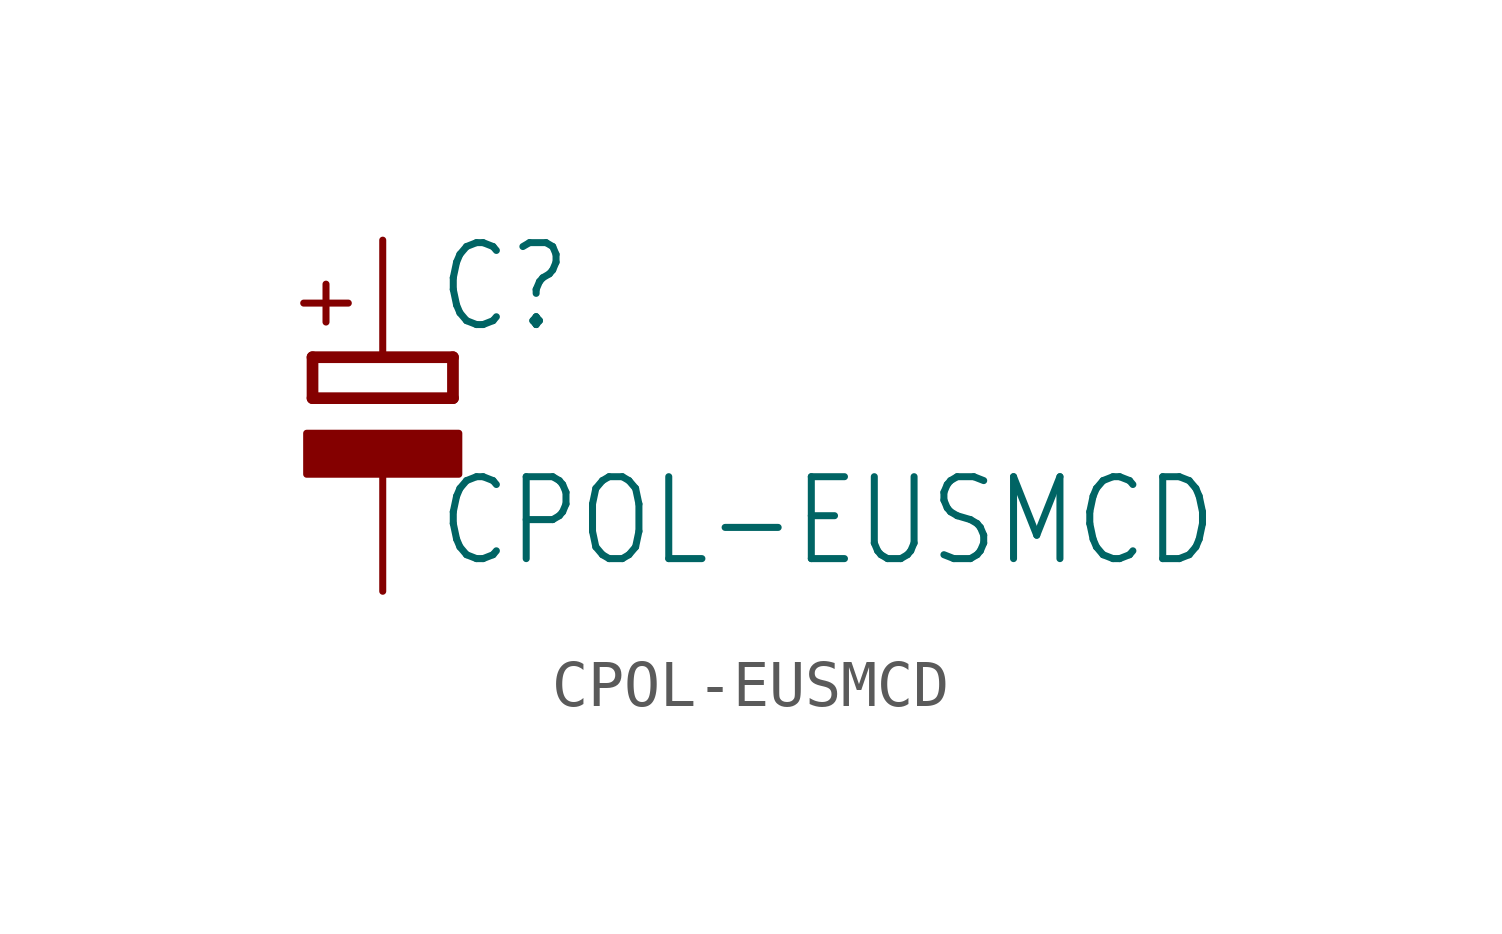
<source format=kicad_sym>
(kicad_symbol_lib
  (version 20220914)
  (generator kicad_symbol_editor)
  (symbol "CPOL-EUSMCD"
    (property "Reference" "C"
      (at 1.143 0.483 0)
      (effects (font (size 1.778 1.511)) (justify left bottom)))
    (property "Value" "CPOL-EUSMCD"
      (at 1.143 -4.597 0)
      (effects (font (size 1.778 1.511)) (justify left bottom)))
    (property "ki_locked" ""
      (at 0 0 0)
      (effects (font (size 1.27 1.27))))
    (symbol "CPOL-EUSMCD_1_0"
      (rectangle (start -1.651 -2.54) (end 1.651 -1.651) (stroke (width 0) (type default)) (fill (type outline)))
      (polyline (pts (xy -1.524 -0.889) (xy 1.524 -0.889)) (stroke (width 0.254) (type default)) (fill (type none)))
      (polyline (pts (xy -1.524 0) (xy -1.524 -0.889)) (stroke (width 0.254) (type default)) (fill (type none)))
      (polyline (pts (xy -1.524 0) (xy 1.524 0)) (stroke (width 0.254) (type default)) (fill (type none)))
      (polyline (pts (xy 1.524 -0.889) (xy 1.524 0)) (stroke (width 0.254) (type default)) (fill (type none)))
      (text "+" (at -0.584 0.406 900) (effects (font (size 1.27 1.079)) (justify left bottom)))
      (pin passive line (at 0 2.54 270) (length 2.54) (name "+" (effects (font (size 0 0)))) (number "+" (effects (font (size 0 0)))))
      (pin passive line (at 0 -5.08 90) (length 2.54) (name "-" (effects (font (size 0 0)))) (number "-" (effects (font (size 0 0))))))))
</source>
